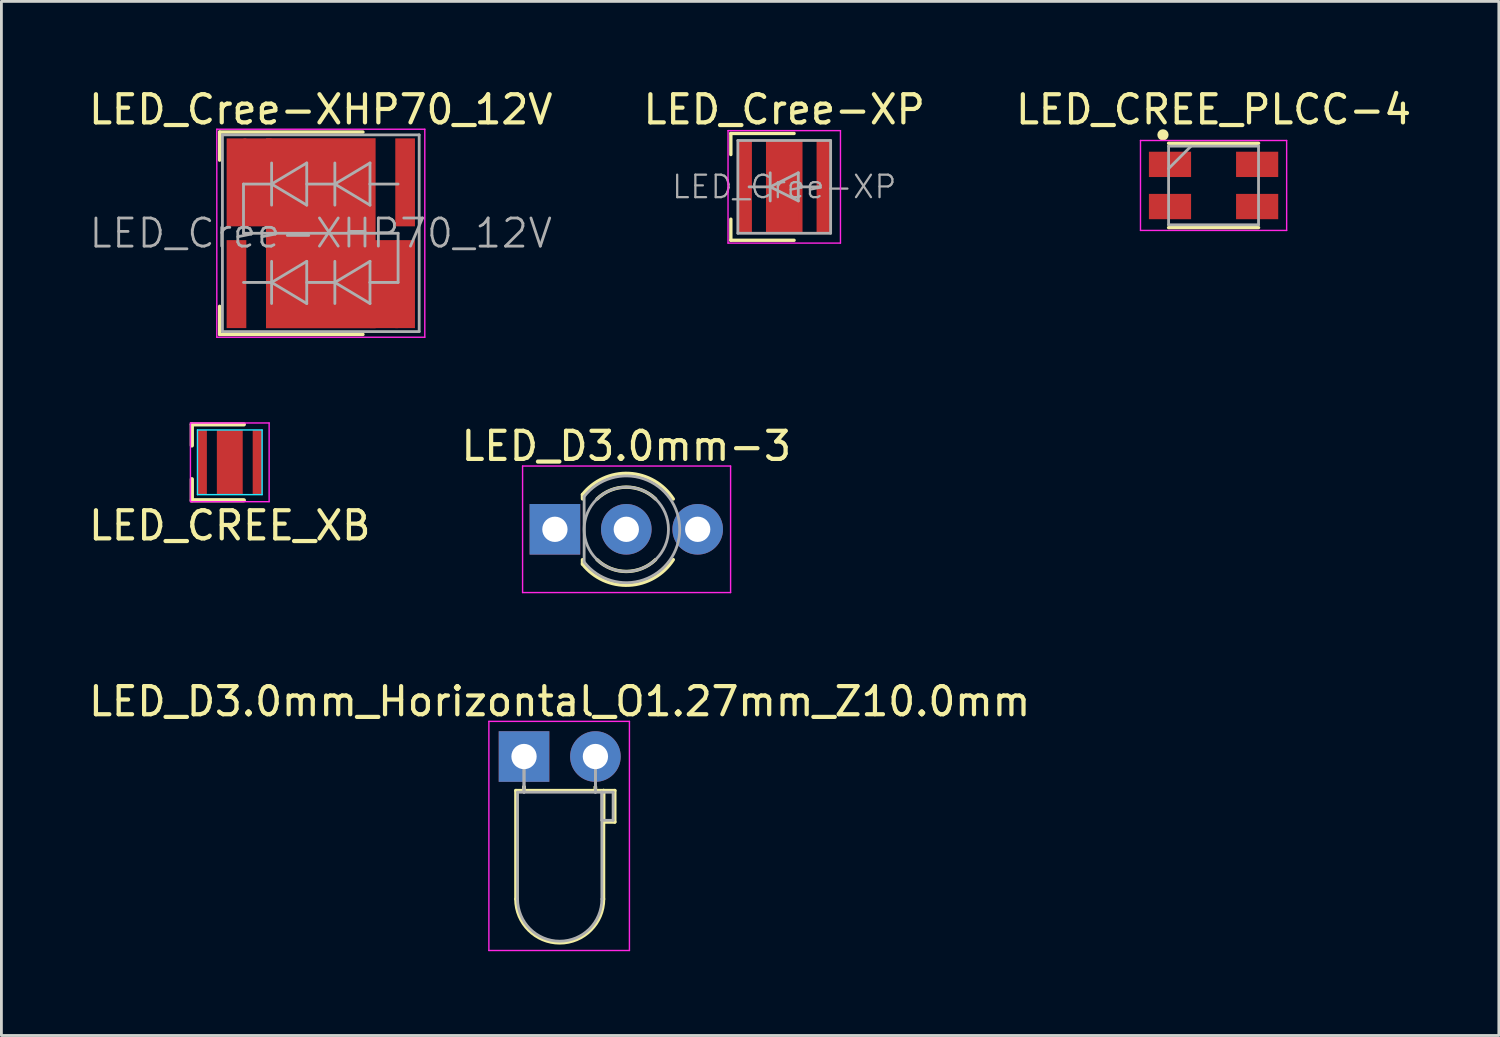
<source format=kicad_pcb>
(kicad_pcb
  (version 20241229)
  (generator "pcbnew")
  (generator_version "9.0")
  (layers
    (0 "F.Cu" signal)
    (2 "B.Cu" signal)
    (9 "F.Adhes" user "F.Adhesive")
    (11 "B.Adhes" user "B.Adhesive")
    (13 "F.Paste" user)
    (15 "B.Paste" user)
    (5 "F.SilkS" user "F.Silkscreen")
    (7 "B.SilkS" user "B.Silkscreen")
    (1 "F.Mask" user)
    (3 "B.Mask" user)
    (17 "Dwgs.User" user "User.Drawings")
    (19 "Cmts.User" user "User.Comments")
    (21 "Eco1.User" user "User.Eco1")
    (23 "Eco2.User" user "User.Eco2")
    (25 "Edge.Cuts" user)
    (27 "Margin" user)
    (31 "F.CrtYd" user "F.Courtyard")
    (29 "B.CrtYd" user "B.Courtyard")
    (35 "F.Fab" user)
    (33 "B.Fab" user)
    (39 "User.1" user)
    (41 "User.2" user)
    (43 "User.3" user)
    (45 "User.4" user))
  (footprint "LED_Cree-XP"
    (layer "F.Cu")
    (at 24.851 3.598)
    (property "Reference" "LED_Cree-XP" (at 0 -2.75 0) (layer "F.SilkS") (effects (font (size 1 1) (thickness 0.15))))
    (attr smd)
    (fp_line (start -1.9 -1.9) (end -1.9 -1.15) (stroke (width 0.12) (type solid)) (layer "F.SilkS"))
    (fp_line (start -1.9 1.9) (end -1.9 1.15) (stroke (width 0.12) (type solid)) (layer "F.SilkS"))
    (fp_line (start 0.35 -1.9) (end -1.9 -1.9) (stroke (width 0.12) (type solid)) (layer "F.SilkS"))
    (fp_line (start 0.35 1.9) (end -1.9 1.9) (stroke (width 0.12) (type solid)) (layer "F.SilkS"))
    (fp_line (start -2 -2) (end 2 -2) (stroke (width 0.05) (type solid)) (layer "F.CrtYd"))
    (fp_line (start -2 2) (end -2 -2) (stroke (width 0.05) (type solid)) (layer "F.CrtYd"))
    (fp_line (start 2 -2) (end 2 2) (stroke (width 0.05) (type solid)) (layer "F.CrtYd"))
    (fp_line (start 2 2) (end -2 2) (stroke (width 0.05) (type solid)) (layer "F.CrtYd"))
    (fp_line (start -1.65 -1.65) (end 1.65 -1.65) (stroke (width 0.1) (type solid)) (layer "F.Fab"))
    (fp_line (start -1.65 1.65) (end -1.65 -1.65) (stroke (width 0.1) (type solid)) (layer "F.Fab"))
    (fp_line (start -1.25 0) (end -0.5 0) (stroke (width 0.1) (type solid)) (layer "F.Fab"))
    (fp_line (start -0.5 -0.5) (end -0.5 0.5) (stroke (width 0.1) (type solid)) (layer "F.Fab"))
    (fp_line (start -0.5 0) (end 0.5 -0.5) (stroke (width 0.1) (type solid)) (layer "F.Fab"))
    (fp_line (start 0.5 -0.5) (end 0.5 0.5) (stroke (width 0.1) (type solid)) (layer "F.Fab"))
    (fp_line (start 0.5 0.5) (end -0.5 0) (stroke (width 0.1) (type solid)) (layer "F.Fab"))
    (fp_line (start 1.25 0) (end 0.5 0) (stroke (width 0.1) (type solid)) (layer "F.Fab"))
    (fp_line (start 1.65 -1.65) (end 1.65 1.65) (stroke (width 0.1) (type solid)) (layer "F.Fab"))
    (fp_line (start 1.65 1.65) (end -1.65 1.65) (stroke (width 0.1) (type solid)) (layer "F.Fab"))
    (fp_text user "${REFERENCE}" (at 0 0 0) (layer "F.Fab") (effects (font (size 0.8 0.8) (thickness 0.08))))
    (pad "1" smd rect (at -1.4 0) (size 0.5 3.3) (layers "F.Cu" "F.Mask" "F.Paste"))
    (pad "2" smd rect (at 1.4 0) (size 0.5 3.3) (layers "F.Cu" "F.Mask" "F.Paste"))
    (pad "3" smd rect (at 0 -1) (size 1 0.75) (layers "F.Cu" "F.Mask" "F.Paste"))
    (pad "3" smd rect (at 0 0) (size 1 0.75) (layers "F.Cu" "F.Mask" "F.Paste"))
    (pad "3" smd rect (at 0 0) (size 1.3 3.3) (layers "F.Cu" "F.Mask"))
    (pad "3" smd rect (at 0 1) (size 1 0.75) (layers "F.Cu" "F.Mask" "F.Paste")))
  (footprint "LED_CREE_XB"
    (layer "F.Cu")
    (at 5.125 13.398)
    (property "Reference" "LED_CREE_XB" (at 0 2.25 0) (layer "F.SilkS") (effects (font (size 1 1) (thickness 0.15))))
    (attr smd)
    (fp_line (start -1.35 -1.35) (end -1.35 -0.6) (stroke (width 0.15) (type solid)) (layer "F.SilkS"))
    (fp_line (start -1.35 1.35) (end -1.35 0.6) (stroke (width 0.15) (type solid)) (layer "F.SilkS"))
    (fp_line (start 0.5 -1.35) (end -1.35 -1.35) (stroke (width 0.15) (type solid)) (layer "F.SilkS"))
    (fp_line (start 0.5 1.35) (end -1.35 1.35) (stroke (width 0.15) (type solid)) (layer "F.SilkS"))
    (fp_line (start -1.15 -1.15) (end 1.15 -1.15) (stroke (width 0.05) (type solid)) (layer "B.CrtYd"))
    (fp_line (start -1.15 1.15) (end -1.15 -1.15) (stroke (width 0.05) (type solid)) (layer "B.CrtYd"))
    (fp_line (start 1.15 -1.15) (end 1.15 1.15) (stroke (width 0.05) (type solid)) (layer "B.CrtYd"))
    (fp_line (start 1.15 1.15) (end -1.15 1.15) (stroke (width 0.05) (type solid)) (layer "B.CrtYd"))
    (fp_line (start -1.4 -1.4) (end 1.4 -1.4) (stroke (width 0.05) (type solid)) (layer "F.CrtYd"))
    (fp_line (start -1.4 1.4) (end -1.4 -1.4) (stroke (width 0.05) (type solid)) (layer "F.CrtYd"))
    (fp_line (start 1.4 -1.4) (end 1.4 1.4) (stroke (width 0.05) (type solid)) (layer "F.CrtYd"))
    (fp_line (start 1.4 1.4) (end -1.4 1.4) (stroke (width 0.05) (type solid)) (layer "F.CrtYd"))
    (pad "1" smd rect (at -0.98 0) (size 0.33 2.29) (layers "F.Cu" "F.Mask" "F.Paste"))
    (pad "2" smd rect (at 0.98 0) (size 0.33 2.29) (layers "F.Cu" "F.Mask" "F.Paste"))
    (pad "3" smd rect (at 0 -0.55) (size 0.85 0.85) (layers "F.Cu" "F.Mask" "F.Paste"))
    (pad "3" smd rect (at 0 0) (size 0.92 2.29) (layers "F.Cu" "F.Mask"))
    (pad "3" smd rect (at 0 0.55) (size 0.85 0.85) (layers "F.Cu" "F.Mask" "F.Paste")))
  (footprint "LED_D3.0mm_Horizontal_O1.27mm_Z10.0mm"
    (layer "F.Cu")
    (at 15.593 23.865)
    (property "Reference" "LED_D3.0mm_Horizontal_O1.27mm_Z10.0mm" (at 1.27 -1.96 0) (layer "F.SilkS") (effects (font (size 1 1) (thickness 0.15))))
    (attr through_hole)
    (fp_line (start -0.29 1.21) (end -0.29 5.07) (stroke (width 0.12) (type solid)) (layer "F.SilkS"))
    (fp_line (start -0.29 1.21) (end 2.83 1.21) (stroke (width 0.12) (type solid)) (layer "F.SilkS"))
    (fp_line (start 0 1.08) (end 0 1.08) (stroke (width 0.12) (type solid)) (layer "F.SilkS"))
    (fp_line (start 0 1.08) (end 0 1.21) (stroke (width 0.12) (type solid)) (layer "F.SilkS"))
    (fp_line (start 0 1.21) (end 0 1.08) (stroke (width 0.12) (type solid)) (layer "F.SilkS"))
    (fp_line (start 0 1.21) (end 0 1.21) (stroke (width 0.12) (type solid)) (layer "F.SilkS"))
    (fp_line (start 2.54 1.08) (end 2.54 1.08) (stroke (width 0.12) (type solid)) (layer "F.SilkS"))
    (fp_line (start 2.54 1.08) (end 2.54 1.21) (stroke (width 0.12) (type solid)) (layer "F.SilkS"))
    (fp_line (start 2.54 1.21) (end 2.54 1.08) (stroke (width 0.12) (type solid)) (layer "F.SilkS"))
    (fp_line (start 2.54 1.21) (end 2.54 1.21) (stroke (width 0.12) (type solid)) (layer "F.SilkS"))
    (fp_line (start 2.83 1.21) (end 2.83 5.07) (stroke (width 0.12) (type solid)) (layer "F.SilkS"))
    (fp_line (start 2.83 1.21) (end 3.23 1.21) (stroke (width 0.12) (type solid)) (layer "F.SilkS"))
    (fp_line (start 2.83 2.33) (end 2.83 1.21) (stroke (width 0.12) (type solid)) (layer "F.SilkS"))
    (fp_line (start 3.23 1.21) (end 3.23 2.33) (stroke (width 0.12) (type solid)) (layer "F.SilkS"))
    (fp_line (start 3.23 2.33) (end 2.83 2.33) (stroke (width 0.12) (type solid)) (layer "F.SilkS"))
    (fp_arc (start 2.83 5.07) (mid 1.27 6.63) (end -0.29 5.07) (stroke (width 0.12) (type solid)) (layer "F.SilkS"))
    (fp_line (start -1.25 -1.25) (end -1.25 6.9) (stroke (width 0.05) (type solid)) (layer "F.CrtYd"))
    (fp_line (start -1.25 6.9) (end 3.75 6.9) (stroke (width 0.05) (type solid)) (layer "F.CrtYd"))
    (fp_line (start 3.75 -1.25) (end -1.25 -1.25) (stroke (width 0.05) (type solid)) (layer "F.CrtYd"))
    (fp_line (start 3.75 6.9) (end 3.75 -1.25) (stroke (width 0.05) (type solid)) (layer "F.CrtYd"))
    (fp_line (start -0.23 1.27) (end -0.23 5.07) (stroke (width 0.1) (type solid)) (layer "F.Fab"))
    (fp_line (start -0.23 1.27) (end 2.77 1.27) (stroke (width 0.1) (type solid)) (layer "F.Fab"))
    (fp_line (start 0 0) (end 0 0) (stroke (width 0.1) (type solid)) (layer "F.Fab"))
    (fp_line (start 0 0) (end 0 1.27) (stroke (width 0.1) (type solid)) (layer "F.Fab"))
    (fp_line (start 0 1.27) (end 0 0) (stroke (width 0.1) (type solid)) (layer "F.Fab"))
    (fp_line (start 0 1.27) (end 0 1.27) (stroke (width 0.1) (type solid)) (layer "F.Fab"))
    (fp_line (start 2.54 0) (end 2.54 0) (stroke (width 0.1) (type solid)) (layer "F.Fab"))
    (fp_line (start 2.54 0) (end 2.54 1.27) (stroke (width 0.1) (type solid)) (layer "F.Fab"))
    (fp_line (start 2.54 1.27) (end 2.54 0) (stroke (width 0.1) (type solid)) (layer "F.Fab"))
    (fp_line (start 2.54 1.27) (end 2.54 1.27) (stroke (width 0.1) (type solid)) (layer "F.Fab"))
    (fp_line (start 2.77 1.27) (end 2.77 5.07) (stroke (width 0.1) (type solid)) (layer "F.Fab"))
    (fp_line (start 2.77 1.27) (end 3.17 1.27) (stroke (width 0.1) (type solid)) (layer "F.Fab"))
    (fp_line (start 2.77 2.27) (end 2.77 1.27) (stroke (width 0.1) (type solid)) (layer "F.Fab"))
    (fp_line (start 3.17 1.27) (end 3.17 2.27) (stroke (width 0.1) (type solid)) (layer "F.Fab"))
    (fp_line (start 3.17 2.27) (end 2.77 2.27) (stroke (width 0.1) (type solid)) (layer "F.Fab"))
    (fp_arc (start 2.77 5.07) (mid 1.27 6.57) (end -0.23 5.07) (stroke (width 0.1) (type solid)) (layer "F.Fab"))
    (pad "1" thru_hole rect (at 0 0) (size 1.8 1.8) (drill 0.9) (layers "*.Cu" "*.Mask"))
    (pad "2" thru_hole circle (at 2.54 0) (size 1.8 1.8) (drill 0.9) (layers "*.Cu" "*.Mask")))
  (footprint "LED_D3.0mm-3"
    (layer "F.Cu")
    (at 16.692 15.781)
    (property "Reference" "LED_D3.0mm-3" (at 2.54 -2.96 0) (layer "F.SilkS") (effects (font (size 1 1) (thickness 0.15))))
    (attr through_hole)
    (fp_line (start 0.98 -1.236) (end 0.98 -1.08) (stroke (width 0.12) (type solid)) (layer "F.SilkS"))
    (fp_line (start 0.98 1.08) (end 0.98 1.236) (stroke (width 0.12) (type solid)) (layer "F.SilkS"))
    (fp_arc (start 0.98 -1.235516) (mid 2.636487 -1.987659) (end 4.212335 -1.078608) (stroke (width 0.12) (type solid)) (layer "F.SilkS"))
    (fp_arc (start 1.499039 -1.08) (mid 2.540117 -1.5) (end 3.58113 -1.079837) (stroke (width 0.12) (type solid)) (layer "F.SilkS"))
    (fp_arc (start 3.58113 1.079837) (mid 2.540117 1.5) (end 1.499039 1.08) (stroke (width 0.12) (type solid)) (layer "F.SilkS"))
    (fp_arc (start 4.212335 1.078608) (mid 2.636487 1.987659) (end 0.98 1.235516) (stroke (width 0.12) (type solid)) (layer "F.SilkS"))
    (fp_line (start -1.15 -2.25) (end -1.15 2.25) (stroke (width 0.05) (type solid)) (layer "F.CrtYd"))
    (fp_line (start -1.15 2.25) (end 6.25 2.25) (stroke (width 0.05) (type solid)) (layer "F.CrtYd"))
    (fp_line (start 6.25 -2.25) (end -1.15 -2.25) (stroke (width 0.05) (type solid)) (layer "F.CrtYd"))
    (fp_line (start 6.25 2.25) (end 6.25 -2.25) (stroke (width 0.05) (type solid)) (layer "F.CrtYd"))
    (fp_line (start 1.04 -1.166) (end 1.04 1.166) (stroke (width 0.1) (type solid)) (layer "F.Fab"))
    (fp_arc (start 1.04 -1.16619) (mid 4.44 0.000452) (end 1.039445 1.165476) (stroke (width 0.1) (type solid)) (layer "F.Fab"))
    (fp_circle (center 2.54 0) (end 4.04 0) (stroke (width 0.1) (type solid)) (fill no) (layer "F.Fab"))
    (pad "1" thru_hole rect (at 0 0) (size 1.8 1.8) (drill 0.9) (layers "*.Cu" "*.Mask"))
    (pad "2" thru_hole circle (at 2.54 0) (size 1.8 1.8) (drill 0.9) (layers "*.Cu" "*.Mask"))
    (pad "3" thru_hole circle (at 5.08 0) (size 1.8 1.8) (drill 0.9) (layers "*.Cu" "*.Mask")))
  (footprint "LED_CREE_PLCC-4"
    (layer "F.Cu")
    (at 40.125 3.548)
    (property "Reference" "LED_CREE_PLCC-4" (at 0 -2.7 0) (layer "F.SilkS") (effects (font (size 1 1) (thickness 0.15))))
    (attr smd)
    (fp_line (start -1.6 -1.5) (end 1.6 -1.5) (stroke (width 0.12) (type solid)) (layer "F.SilkS"))
    (fp_line (start -1.6 1.5) (end 1.6 1.5) (stroke (width 0.12) (type solid)) (layer "F.SilkS"))
    (fp_circle (center -1.8 -1.8) (end -1.7 -1.8) (stroke (width 0.2) (type solid)) (fill no) (layer "F.SilkS"))
    (fp_line (start -2.6 -1.6) (end 2.6 -1.6) (stroke (width 0.05) (type solid)) (layer "F.CrtYd"))
    (fp_line (start -2.6 1.6) (end -2.6 -1.6) (stroke (width 0.05) (type solid)) (layer "F.CrtYd"))
    (fp_line (start 2.6 -1.6) (end 2.6 1.6) (stroke (width 0.05) (type solid)) (layer "F.CrtYd"))
    (fp_line (start 2.6 1.6) (end -2.6 1.6) (stroke (width 0.05) (type solid)) (layer "F.CrtYd"))
    (fp_line (start -1.6 -1.4) (end 1.6 -1.4) (stroke (width 0.1) (type solid)) (layer "F.Fab"))
    (fp_line (start -1.6 -0.6) (end -0.8 -1.4) (stroke (width 0.1) (type solid)) (layer "F.Fab"))
    (fp_line (start -1.6 1.4) (end -1.6 -1.4) (stroke (width 0.1) (type solid)) (layer "F.Fab"))
    (fp_line (start 1.6 -1.4) (end 1.6 1.4) (stroke (width 0.1) (type solid)) (layer "F.Fab"))
    (fp_line (start 1.6 1.4) (end -1.6 1.4) (stroke (width 0.1) (type solid)) (layer "F.Fab"))
    (pad "1" smd rect (at -1.55 -0.75) (size 1.5 0.9) (layers "F.Cu" "F.Mask" "F.Paste"))
    (pad "2" smd rect (at -1.55 0.75) (size 1.5 0.9) (layers "F.Cu" "F.Mask" "F.Paste"))
    (pad "3" smd rect (at 1.55 0.75) (size 1.5 0.9) (layers "F.Cu" "F.Mask" "F.Paste"))
    (pad "4" smd rect (at 1.55 -0.75) (size 1.5 0.9) (layers "F.Cu" "F.Mask" "F.Paste")))
  (footprint "LED_Cree-XHP70_12V"
    (layer "F.Cu")
    (at 8.363 5.248)
    (property "Reference" "LED_Cree-XHP70_12V" (at 0 -4.4 0) (layer "F.SilkS") (effects (font (size 1 1) (thickness 0.15))))
    (attr smd)
    (fp_line (start -3.6 -3.6) (end -3.6 -2.6) (stroke (width 0.12) (type solid)) (layer "F.SilkS"))
    (fp_line (start -3.6 3.6) (end -3.6 2.6) (stroke (width 0.12) (type solid)) (layer "F.SilkS"))
    (fp_line (start 1.5 -3.6) (end -3.6 -3.6) (stroke (width 0.12) (type solid)) (layer "F.SilkS"))
    (fp_line (start 1.5 3.6) (end -3.6 3.6) (stroke (width 0.12) (type solid)) (layer "F.SilkS"))
    (fp_line (start -3.7 -3.7) (end -3.7 3.7) (stroke (width 0.05) (type solid)) (layer "F.CrtYd"))
    (fp_line (start -3.7 3.7) (end 3.7 3.7) (stroke (width 0.05) (type solid)) (layer "F.CrtYd"))
    (fp_line (start 3.7 -3.7) (end -3.7 -3.7) (stroke (width 0.05) (type solid)) (layer "F.CrtYd"))
    (fp_line (start 3.7 3.7) (end 3.7 -3.7) (stroke (width 0.05) (type solid)) (layer "F.CrtYd"))
    (fp_line (start -3.5 -3.5) (end -3.5 3.5) (stroke (width 0.1) (type solid)) (layer "F.Fab"))
    (fp_line (start -3.5 3.5) (end 3.5 3.5) (stroke (width 0.1) (type solid)) (layer "F.Fab"))
    (fp_line (start -2.75 -1.75) (end -2.75 0) (stroke (width 0.1) (type solid)) (layer "F.Fab"))
    (fp_line (start -2.75 -1.75) (end -1.75 -1.75) (stroke (width 0.1) (type solid)) (layer "F.Fab"))
    (fp_line (start -2.75 0) (end 2.75 0) (stroke (width 0.1) (type solid)) (layer "F.Fab"))
    (fp_line (start -2.75 1.75) (end -1.75 1.75) (stroke (width 0.1) (type solid)) (layer "F.Fab"))
    (fp_line (start -1.75 -1.75) (end -1.75 -2.5) (stroke (width 0.1) (type solid)) (layer "F.Fab"))
    (fp_line (start -1.75 -1.75) (end -1.75 -1) (stroke (width 0.1) (type solid)) (layer "F.Fab"))
    (fp_line (start -1.75 -1.75) (end -0.5 -1) (stroke (width 0.1) (type solid)) (layer "F.Fab"))
    (fp_line (start -1.75 1.75) (end -1.75 1) (stroke (width 0.1) (type solid)) (layer "F.Fab"))
    (fp_line (start -1.75 1.75) (end -1.75 2.5) (stroke (width 0.1) (type solid)) (layer "F.Fab"))
    (fp_line (start -1.75 1.75) (end -0.5 2.5) (stroke (width 0.1) (type solid)) (layer "F.Fab"))
    (fp_line (start -0.5 -2.5) (end -1.75 -1.75) (stroke (width 0.1) (type solid)) (layer "F.Fab"))
    (fp_line (start -0.5 -1.75) (end 0.5 -1.75) (stroke (width 0.1) (type solid)) (layer "F.Fab"))
    (fp_line (start -0.5 -1) (end -0.5 -2.5) (stroke (width 0.1) (type solid)) (layer "F.Fab"))
    (fp_line (start -0.5 1) (end -1.75 1.75) (stroke (width 0.1) (type solid)) (layer "F.Fab"))
    (fp_line (start -0.5 1.75) (end 0.5 1.75) (stroke (width 0.1) (type solid)) (layer "F.Fab"))
    (fp_line (start -0.5 2.5) (end -0.5 1) (stroke (width 0.1) (type solid)) (layer "F.Fab"))
    (fp_line (start 0.5 -2.5) (end 0.5 -1) (stroke (width 0.1) (type solid)) (layer "F.Fab"))
    (fp_line (start 0.5 -1.75) (end 1.75 -2.5) (stroke (width 0.1) (type solid)) (layer "F.Fab"))
    (fp_line (start 0.5 1) (end 0.5 2.5) (stroke (width 0.1) (type solid)) (layer "F.Fab"))
    (fp_line (start 0.5 1.75) (end 1.75 1) (stroke (width 0.1) (type solid)) (layer "F.Fab"))
    (fp_line (start 1.75 -1.75) (end 1.75 -2.5) (stroke (width 0.1) (type solid)) (layer "F.Fab"))
    (fp_line (start 1.75 -1.75) (end 1.75 -1) (stroke (width 0.1) (type solid)) (layer "F.Fab"))
    (fp_line (start 1.75 -1) (end 0.5 -1.75) (stroke (width 0.1) (type solid)) (layer "F.Fab"))
    (fp_line (start 1.75 1.75) (end 1.75 1) (stroke (width 0.1) (type solid)) (layer "F.Fab"))
    (fp_line (start 1.75 1.75) (end 1.75 2.5) (stroke (width 0.1) (type solid)) (layer "F.Fab"))
    (fp_line (start 1.75 2.5) (end 0.5 1.75) (stroke (width 0.1) (type solid)) (layer "F.Fab"))
    (fp_line (start 2.75 -1.75) (end 1.75 -1.75) (stroke (width 0.1) (type solid)) (layer "F.Fab"))
    (fp_line (start 2.75 0) (end 2.75 1.75) (stroke (width 0.1) (type solid)) (layer "F.Fab"))
    (fp_line (start 2.75 1.75) (end 1.75 1.75) (stroke (width 0.1) (type solid)) (layer "F.Fab"))
    (fp_line (start 3.5 -3.5) (end -3.5 -3.5) (stroke (width 0.1) (type solid)) (layer "F.Fab"))
    (fp_line (start 3.5 3.5) (end 3.5 -3.5) (stroke (width 0.1) (type solid)) (layer "F.Fab"))
    (fp_text user "${REFERENCE}" (at 0 0 0) (layer "F.Fab") (effects (font (size 1 1) (thickness 0.1))))
    (pad "1" smd rect (at -3 1.81) (size 0.7 3.13) (layers "F.Cu" "F.Mask" "F.Paste"))
    (pad "2" smd rect (at 3 -1.81) (size 0.7 3.13) (layers "F.Cu" "F.Mask" "F.Paste"))
    (pad "3" smd rect (at -3 -1.81) (size 0.7 3.13) (layers "F.Cu" "F.Mask" "F.Paste"))
    (pad "3" smd rect (at -2.25 -1.81) (size 1 3.13) (layers "F.Cu" "F.Mask"))
    (pad "3" smd rect (at -0.77 -2.31) (size 1.29 1.29) (layers "F.Cu" "F.Mask" "F.Paste"))
    (pad "3" smd rect (at -0.77 -0.77) (size 1.29 1.29) (layers "F.Cu" "F.Mask" "F.Paste"))
    (pad "3" smd rect (at -0.77 0.77) (size 1.29 1.29) (layers "F.Cu" "F.Mask" "F.Paste"))
    (pad "3" smd rect (at -0.77 2.31) (size 1.29 1.29) (layers "F.Cu" "F.Mask" "F.Paste"))
    (pad "3" smd rect (at 0 0) (size 3.9 6.76) (layers "F.Cu" "F.Mask"))
    (pad "3" smd rect (at 0.77 -2.31) (size 1.29 1.29) (layers "F.Cu" "F.Mask" "F.Paste"))
    (pad "3" smd rect (at 0.77 -0.77) (size 1.29 1.29) (layers "F.Cu" "F.Mask" "F.Paste"))
    (pad "3" smd rect (at 0.77 0.77) (size 1.29 1.29) (layers "F.Cu" "F.Mask" "F.Paste"))
    (pad "3" smd rect (at 0.77 2.31) (size 1.29 1.29) (layers "F.Cu" "F.Mask" "F.Paste"))
    (pad "3" smd rect (at 2.25 1.81) (size 1 3.13) (layers "F.Cu" "F.Mask"))
    (pad "3" smd rect (at 3 1.81) (size 0.7 3.13) (layers "F.Cu" "F.Mask" "F.Paste")))
  (gr_rect
    (start -3 -3)
    (end 50.274 33.79)
    (stroke (width 0.1) (type default))
    (fill no)
    (layer "Edge.Cuts")))
</source>
